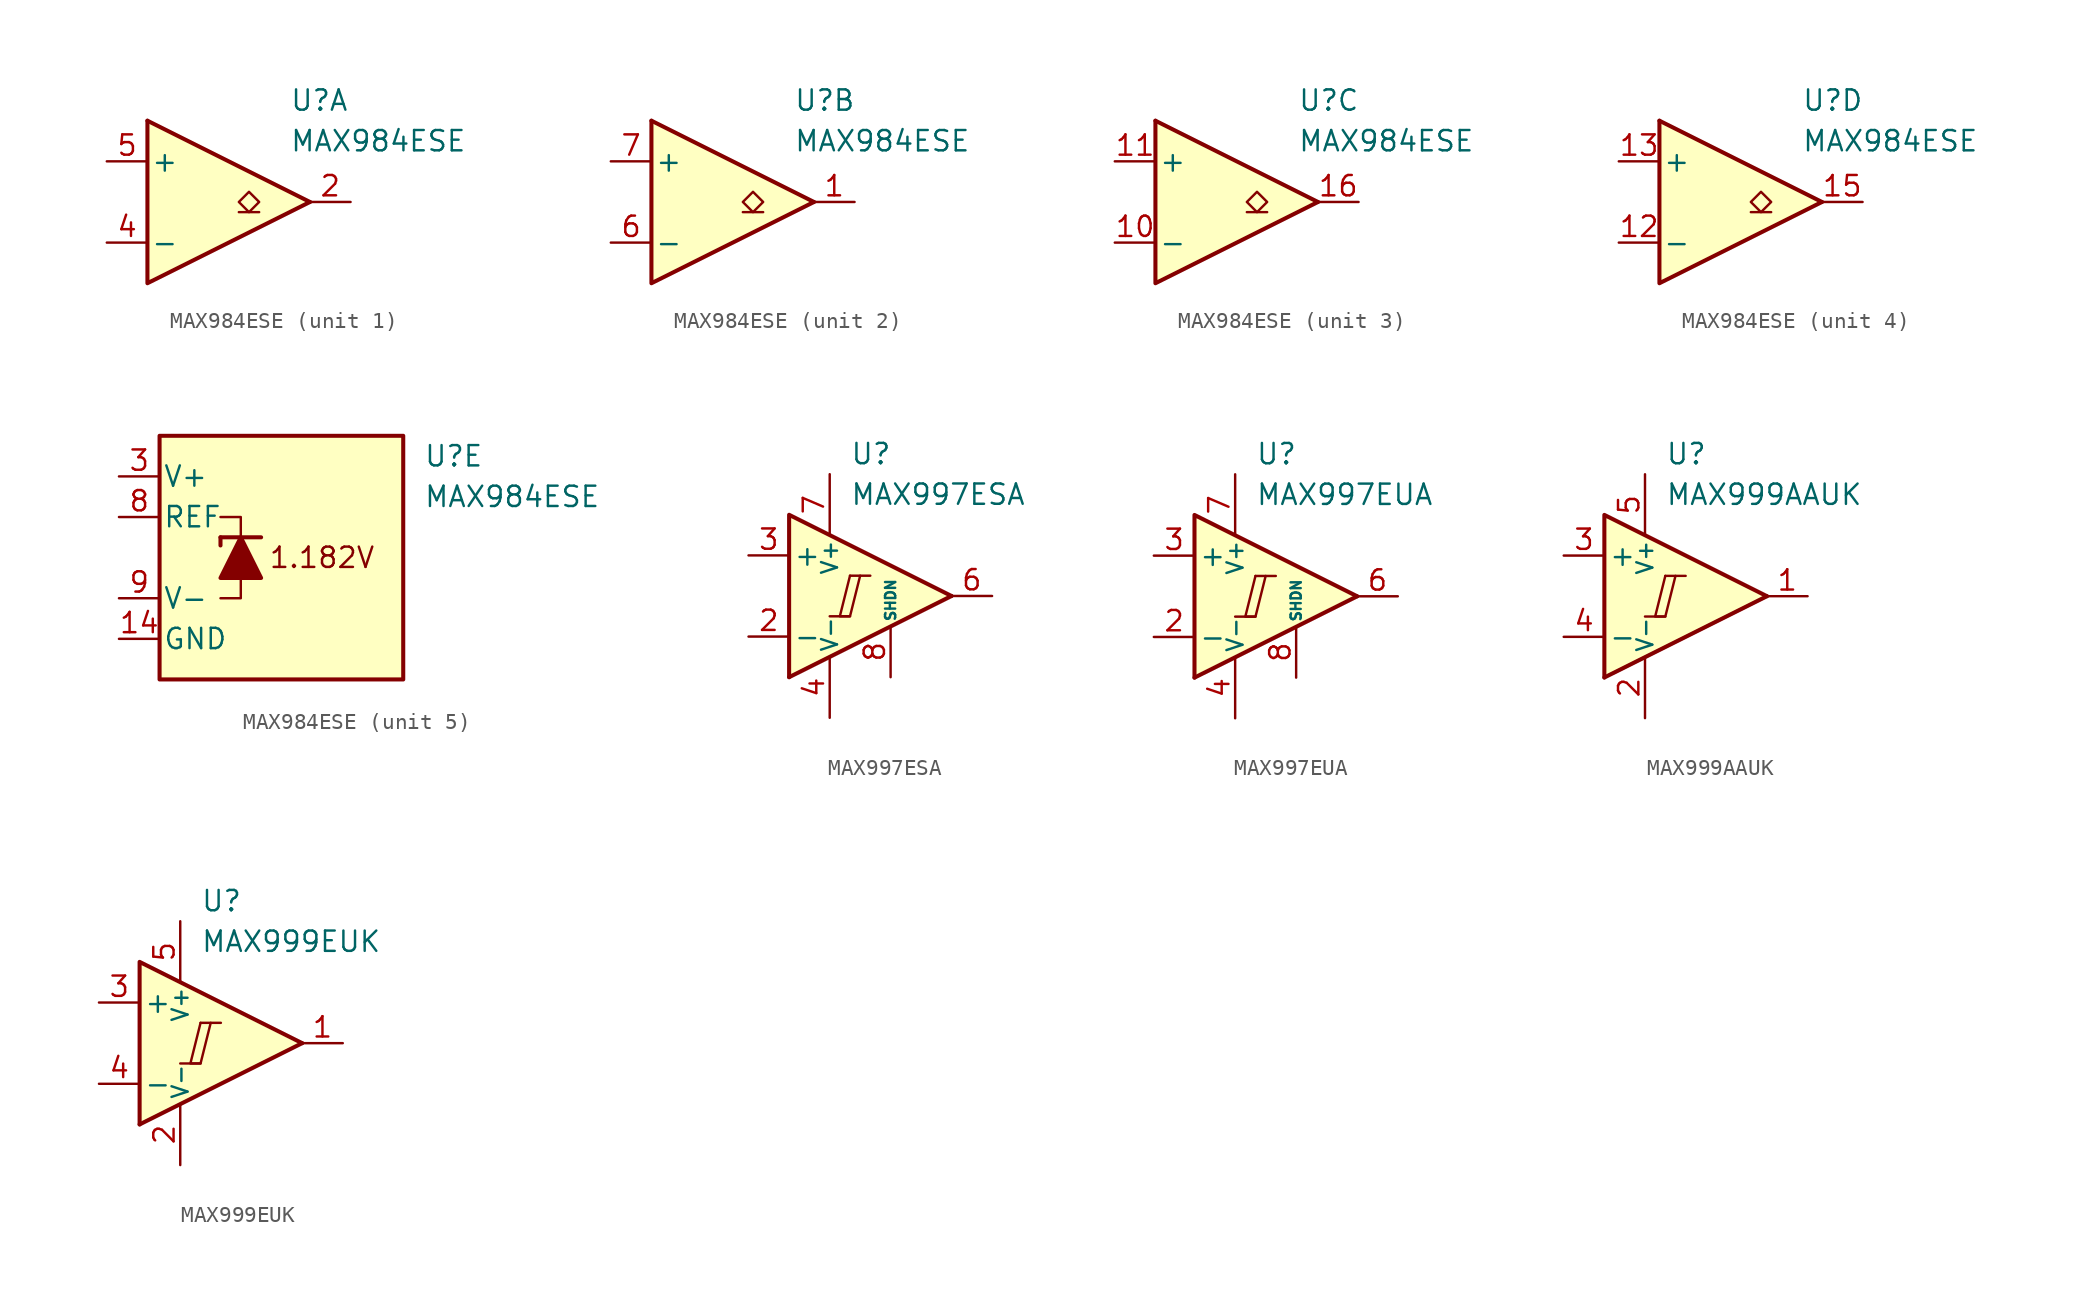
<source format=kicad_sym>
(kicad_symbol_lib
  (version 20231120)
  (generator "kicad_symbol_editor")
  (generator_version "8.0")
  (symbol "MAX984ESE"
    (pin_names
      (offset 0.2))
    (property "Reference" "U"
      (at 5.08 6.35 0)
      (effects (font (size 1.27 1.27)) (justify left)))
    (property "Value" "MAX984ESE"
      (at 5.08 3.81 0)
      (effects (font (size 1.27 1.27)) (justify left)))
    (property "ki_locked" ""
      (at 0 0 0)
      (effects (font (size 1.27 1.27))))
    (symbol "MAX984ESE_1_1"
      (polyline (pts (xy -3.81 5.08) (xy 6.35 0)) (stroke (width 0.254) (type default)) (fill (type none)))
      (polyline (pts (xy 3.175 -0.635) (xy 1.905 -0.635)) (stroke (width 0.152) (type default)) (fill (type none)))
      (polyline (pts (xy -3.81 5.08) (xy -3.81 -5.08) (xy 6.35 0)) (stroke (width 0.254) (type default)) (fill (type background)))
      (polyline (pts (xy 2.54 -0.635) (xy 1.905 0) (xy 2.54 0.635) (xy 3.175 0) (xy 2.54 -0.635)) (stroke (width 0.152) (type default)) (fill (type none)))
      (pin output line (at 8.89 0 180) (length 2.54) (name "~" (effects (font (size 1.27 1.27)))) (number "2" (effects (font (size 1.27 1.27)))))
      (pin input line (at -6.35 -2.54 0) (length 2.54) (name "-" (effects (font (size 1.27 1.27)))) (number "4" (effects (font (size 1.27 1.27)))))
      (pin input line (at -6.35 2.54 0) (length 2.54) (name "+" (effects (font (size 1.27 1.27)))) (number "5" (effects (font (size 1.27 1.27))))))
    (symbol "MAX984ESE_2_1"
      (polyline (pts (xy -3.81 5.08) (xy 6.35 0)) (stroke (width 0.254) (type default)) (fill (type none)))
      (polyline (pts (xy 3.175 -0.635) (xy 1.905 -0.635)) (stroke (width 0.152) (type default)) (fill (type none)))
      (polyline (pts (xy -3.81 5.08) (xy -3.81 -5.08) (xy 6.35 0)) (stroke (width 0.254) (type default)) (fill (type background)))
      (polyline (pts (xy 2.54 -0.635) (xy 1.905 0) (xy 2.54 0.635) (xy 3.175 0) (xy 2.54 -0.635)) (stroke (width 0.152) (type default)) (fill (type none)))
      (pin output line (at 8.89 0 180) (length 2.54) (name "~" (effects (font (size 1.27 1.27)))) (number "1" (effects (font (size 1.27 1.27)))))
      (pin input line (at -6.35 -2.54 0) (length 2.54) (name "-" (effects (font (size 1.27 1.27)))) (number "6" (effects (font (size 1.27 1.27)))))
      (pin input line (at -6.35 2.54 0) (length 2.54) (name "+" (effects (font (size 1.27 1.27)))) (number "7" (effects (font (size 1.27 1.27))))))
    (symbol "MAX984ESE_3_1"
      (polyline (pts (xy -3.81 5.08) (xy 6.35 0)) (stroke (width 0.254) (type default)) (fill (type none)))
      (polyline (pts (xy 3.175 -0.635) (xy 1.905 -0.635)) (stroke (width 0.152) (type default)) (fill (type none)))
      (polyline (pts (xy -3.81 5.08) (xy -3.81 -5.08) (xy 6.35 0)) (stroke (width 0.254) (type default)) (fill (type background)))
      (polyline (pts (xy 2.54 -0.635) (xy 1.905 0) (xy 2.54 0.635) (xy 3.175 0) (xy 2.54 -0.635)) (stroke (width 0.152) (type default)) (fill (type none)))
      (pin input line (at -6.35 -2.54 0) (length 2.54) (name "-" (effects (font (size 1.27 1.27)))) (number "10" (effects (font (size 1.27 1.27)))))
      (pin input line (at -6.35 2.54 0) (length 2.54) (name "+" (effects (font (size 1.27 1.27)))) (number "11" (effects (font (size 1.27 1.27)))))
      (pin output line (at 8.89 0 180) (length 2.54) (name "~" (effects (font (size 1.27 1.27)))) (number "16" (effects (font (size 1.27 1.27))))))
    (symbol "MAX984ESE_4_1"
      (polyline (pts (xy -3.81 5.08) (xy 6.35 0)) (stroke (width 0.254) (type default)) (fill (type none)))
      (polyline (pts (xy 3.175 -0.635) (xy 1.905 -0.635)) (stroke (width 0.152) (type default)) (fill (type none)))
      (polyline (pts (xy -3.81 5.08) (xy -3.81 -5.08) (xy 6.35 0)) (stroke (width 0.254) (type default)) (fill (type background)))
      (polyline (pts (xy 2.54 -0.635) (xy 1.905 0) (xy 2.54 0.635) (xy 3.175 0) (xy 2.54 -0.635)) (stroke (width 0.152) (type default)) (fill (type none)))
      (pin input line (at -6.35 -2.54 0) (length 2.54) (name "-" (effects (font (size 1.27 1.27)))) (number "12" (effects (font (size 1.27 1.27)))))
      (pin input line (at -6.35 2.54 0) (length 2.54) (name "+" (effects (font (size 1.27 1.27)))) (number "13" (effects (font (size 1.27 1.27)))))
      (pin output line (at 8.89 0 180) (length 2.54) (name "~" (effects (font (size 1.27 1.27)))) (number "15" (effects (font (size 1.27 1.27))))))
    (symbol "MAX984ESE_5_0"
      (text "1.182V" (at -1.27 0 0) (effects (font (size 1.27 1.27)))))
    (symbol "MAX984ESE_5_1"
      (rectangle (start -11.43 7.62) (end 3.81 -7.62) (stroke (width 0.254) (type default)) (fill (type background)))
      (polyline (pts (xy -7.62 1.27) (xy -7.62 0.762)) (stroke (width 0.254) (type default)) (fill (type none)))
      (polyline (pts (xy -7.62 1.27) (xy -5.08 1.27)) (stroke (width 0.254) (type default)) (fill (type none)))
      (polyline (pts (xy -6.35 -1.27) (xy -6.35 -2.54) (xy -7.62 -2.54)) (stroke (width 0) (type default)) (fill (type none)))
      (polyline (pts (xy -6.35 1.27) (xy -6.35 2.54) (xy -7.62 2.54)) (stroke (width 0) (type default)) (fill (type none)))
      (polyline (pts (xy -5.08 -1.27) (xy -7.62 -1.27) (xy -6.35 1.27) (xy -5.08 -1.27)) (stroke (width 0.254) (type default)) (fill (type outline)))
      (pin power_in line (at -13.97 -5.08 0) (length 2.54) (name "GND" (effects (font (size 1.27 1.27)))) (number "14" (effects (font (size 1.27 1.27)))))
      (pin power_in line (at -13.97 5.08 0) (length 2.54) (name "V+" (effects (font (size 1.27 1.27)))) (number "3" (effects (font (size 1.27 1.27)))))
      (pin output line (at -13.97 2.54 0) (length 2.54) (name "REF" (effects (font (size 1.27 1.27)))) (number "8" (effects (font (size 1.27 1.27)))))
      (pin power_in line (at -13.97 -2.54 0) (length 2.54) (name "V-" (effects (font (size 1.27 1.27)))) (number "9" (effects (font (size 1.27 1.27)))))))
  (symbol "MAX997ESA"
    (pin_names
      (offset 0.254))
    (property "Reference" "U"
      (at 0 8.89 0)
      (effects (font (size 1.27 1.27)) (justify left)))
    (property "Value" "MAX997ESA"
      (at 0 6.35 0)
      (effects (font (size 1.27 1.27)) (justify left)))
    (symbol "MAX997ESA_0_0"
      (polyline (pts (xy -1.27 -1.27) (xy 0 -1.27)) (stroke (width 0.152) (type default)) (fill (type none)))
      (polyline (pts (xy 0 1.27) (xy 1.27 1.27)) (stroke (width 0.152) (type default)) (fill (type none)))
      (polyline (pts (xy 6.35 0) (xy -3.81 -5.08)) (stroke (width 0.254) (type default)) (fill (type none)))
      (polyline (pts (xy 6.35 0) (xy -3.81 5.08) (xy -3.81 -5.08)) (stroke (width 0.254) (type default)) (fill (type background)))
      (polyline (pts (xy 0 1.27) (xy -0.635 -1.27) (xy 0 -1.27) (xy 0.635 1.27)) (stroke (width 0.152) (type default)) (fill (type none))))
    (symbol "MAX997ESA_1_1"
      (pin free line (at -2.54 1.27 0) (length 2.54) hide (name "NC" (effects (font (size 1.27 1.27)))) (number "1" (effects (font (size 1.27 1.27)))))
      (pin input line (at -6.35 -2.54 0) (length 2.54) (name "-" (effects (font (size 1.27 1.27)))) (number "2" (effects (font (size 1.27 1.27)))))
      (pin input line (at -6.35 2.54 0) (length 2.54) (name "+" (effects (font (size 1.27 1.27)))) (number "3" (effects (font (size 1.27 1.27)))))
      (pin power_in line (at -1.27 -7.62 90) (length 3.81) (name "V-" (effects (font (size 1 1)))) (number "4" (effects (font (size 1.27 1.27)))))
      (pin free line (at -2.54 -1.27 0) (length 2.54) hide (name "NC" (effects (font (size 1.27 1.27)))) (number "5" (effects (font (size 1.27 1.27)))))
      (pin output line (at 8.89 0 180) (length 2.54) (name "~" (effects (font (size 1.27 1.27)))) (number "6" (effects (font (size 1.27 1.27)))))
      (pin power_in line (at -1.27 7.62 270) (length 3.81) (name "V+" (effects (font (size 1 1)))) (number "7" (effects (font (size 1.27 1.27)))))
      (pin input line (at 2.54 -5.08 90) (length 3.18) (name "SHDN" (effects (font (size 0.635 0.635)))) (number "8" (effects (font (size 1.27 1.27)))))))
  (symbol "MAX997EUA"
    (pin_names
      (offset 0.254))
    (property "Reference" "U"
      (at 0 8.89 0)
      (effects (font (size 1.27 1.27)) (justify left)))
    (property "Value" "MAX997EUA"
      (at 0 6.35 0)
      (effects (font (size 1.27 1.27)) (justify left)))
    (symbol "MAX997EUA_0_0"
      (polyline (pts (xy -1.27 -1.27) (xy 0 -1.27)) (stroke (width 0.152) (type default)) (fill (type none)))
      (polyline (pts (xy 0 1.27) (xy 1.27 1.27)) (stroke (width 0.152) (type default)) (fill (type none)))
      (polyline (pts (xy 6.35 0) (xy -3.81 -5.08)) (stroke (width 0.254) (type default)) (fill (type none)))
      (polyline (pts (xy 6.35 0) (xy -3.81 5.08) (xy -3.81 -5.08)) (stroke (width 0.254) (type default)) (fill (type background)))
      (polyline (pts (xy 0 1.27) (xy -0.635 -1.27) (xy 0 -1.27) (xy 0.635 1.27)) (stroke (width 0.152) (type default)) (fill (type none))))
    (symbol "MAX997EUA_1_1"
      (pin free line (at -2.54 1.27 0) (length 2.54) hide (name "NC" (effects (font (size 1.27 1.27)))) (number "1" (effects (font (size 1.27 1.27)))))
      (pin input line (at -6.35 -2.54 0) (length 2.54) (name "-" (effects (font (size 1.27 1.27)))) (number "2" (effects (font (size 1.27 1.27)))))
      (pin input line (at -6.35 2.54 0) (length 2.54) (name "+" (effects (font (size 1.27 1.27)))) (number "3" (effects (font (size 1.27 1.27)))))
      (pin power_in line (at -1.27 -7.62 90) (length 3.81) (name "V-" (effects (font (size 1 1)))) (number "4" (effects (font (size 1.27 1.27)))))
      (pin free line (at -2.54 -1.27 0) (length 2.54) hide (name "NC" (effects (font (size 1.27 1.27)))) (number "5" (effects (font (size 1.27 1.27)))))
      (pin output line (at 8.89 0 180) (length 2.54) (name "~" (effects (font (size 1.27 1.27)))) (number "6" (effects (font (size 1.27 1.27)))))
      (pin power_in line (at -1.27 7.62 270) (length 3.81) (name "V+" (effects (font (size 1 1)))) (number "7" (effects (font (size 1.27 1.27)))))
      (pin input line (at 2.54 -5.08 90) (length 3.18) (name "SHDN" (effects (font (size 0.635 0.635)))) (number "8" (effects (font (size 1.27 1.27)))))))
  (symbol "MAX999AAUK"
    (pin_names
      (offset 0.254))
    (property "Reference" "U"
      (at 0 8.89 0)
      (effects (font (size 1.27 1.27)) (justify left)))
    (property "Value" "MAX999AAUK"
      (at 0 6.35 0)
      (effects (font (size 1.27 1.27)) (justify left)))
    (symbol "MAX999AAUK_0_0"
      (polyline (pts (xy -1.27 -1.27) (xy 0 -1.27)) (stroke (width 0.152) (type default)) (fill (type none)))
      (polyline (pts (xy 0 1.27) (xy 1.27 1.27)) (stroke (width 0.152) (type default)) (fill (type none)))
      (polyline (pts (xy 6.35 0) (xy -3.81 -5.08)) (stroke (width 0.254) (type default)) (fill (type none)))
      (polyline (pts (xy 6.35 0) (xy -3.81 5.08) (xy -3.81 -5.08)) (stroke (width 0.254) (type default)) (fill (type background)))
      (polyline (pts (xy 0 1.27) (xy -0.635 -1.27) (xy 0 -1.27) (xy 0.635 1.27)) (stroke (width 0.152) (type default)) (fill (type none))))
    (symbol "MAX999AAUK_1_1"
      (pin output line (at 8.89 0 180) (length 2.54) (name "~" (effects (font (size 1.27 1.27)))) (number "1" (effects (font (size 1.27 1.27)))))
      (pin power_in line (at -1.27 -7.62 90) (length 3.81) (name "V-" (effects (font (size 1 1)))) (number "2" (effects (font (size 1.27 1.27)))))
      (pin input line (at -6.35 2.54 0) (length 2.54) (name "+" (effects (font (size 1.27 1.27)))) (number "3" (effects (font (size 1.27 1.27)))))
      (pin input line (at -6.35 -2.54 0) (length 2.54) (name "-" (effects (font (size 1.27 1.27)))) (number "4" (effects (font (size 1.27 1.27)))))
      (pin power_in line (at -1.27 7.62 270) (length 3.81) (name "V+" (effects (font (size 1 1)))) (number "5" (effects (font (size 1.27 1.27)))))))
  (symbol "MAX999EUK"
    (pin_names
      (offset 0.254))
    (property "Reference" "U"
      (at 0 8.89 0)
      (effects (font (size 1.27 1.27)) (justify left)))
    (property "Value" "MAX999EUK"
      (at 0 6.35 0)
      (effects (font (size 1.27 1.27)) (justify left)))
    (symbol "MAX999EUK_0_0"
      (polyline (pts (xy -1.27 -1.27) (xy 0 -1.27)) (stroke (width 0.152) (type default)) (fill (type none)))
      (polyline (pts (xy 0 1.27) (xy 1.27 1.27)) (stroke (width 0.152) (type default)) (fill (type none)))
      (polyline (pts (xy 6.35 0) (xy -3.81 -5.08)) (stroke (width 0.254) (type default)) (fill (type none)))
      (polyline (pts (xy 6.35 0) (xy -3.81 5.08) (xy -3.81 -5.08)) (stroke (width 0.254) (type default)) (fill (type background)))
      (polyline (pts (xy 0 1.27) (xy -0.635 -1.27) (xy 0 -1.27) (xy 0.635 1.27)) (stroke (width 0.152) (type default)) (fill (type none))))
    (symbol "MAX999EUK_1_1"
      (pin output line (at 8.89 0 180) (length 2.54) (name "~" (effects (font (size 1.27 1.27)))) (number "1" (effects (font (size 1.27 1.27)))))
      (pin power_in line (at -1.27 -7.62 90) (length 3.81) (name "V-" (effects (font (size 1 1)))) (number "2" (effects (font (size 1.27 1.27)))))
      (pin input line (at -6.35 2.54 0) (length 2.54) (name "+" (effects (font (size 1.27 1.27)))) (number "3" (effects (font (size 1.27 1.27)))))
      (pin input line (at -6.35 -2.54 0) (length 2.54) (name "-" (effects (font (size 1.27 1.27)))) (number "4" (effects (font (size 1.27 1.27)))))
      (pin power_in line (at -1.27 7.62 270) (length 3.81) (name "V+" (effects (font (size 1 1)))) (number "5" (effects (font (size 1.27 1.27))))))))
</source>
